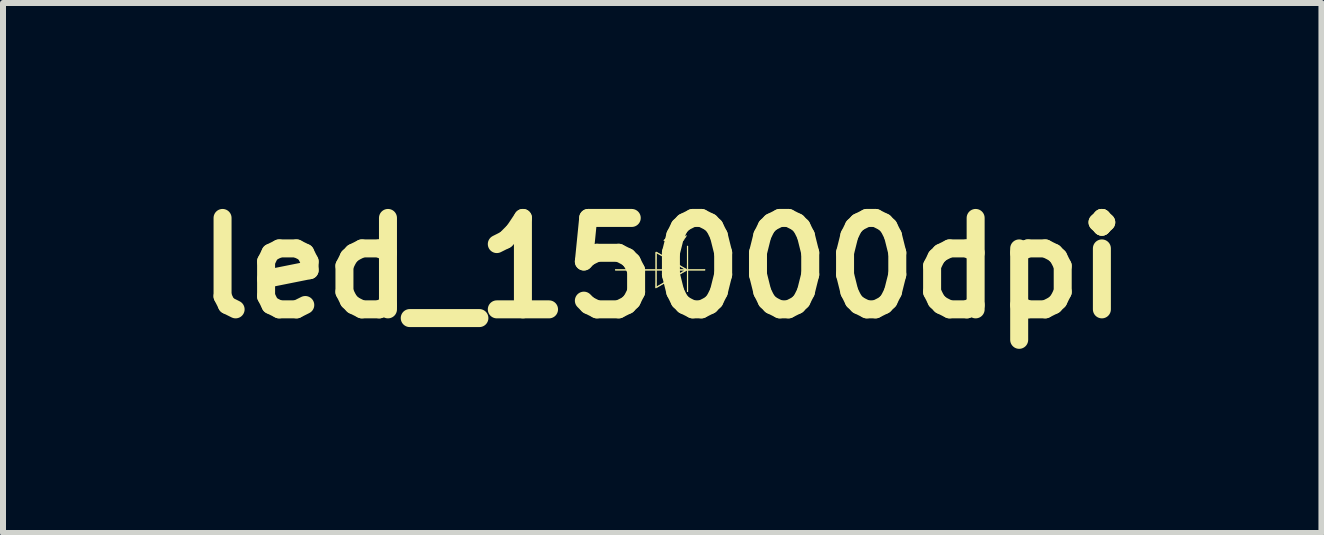
<source format=kicad_pcb>
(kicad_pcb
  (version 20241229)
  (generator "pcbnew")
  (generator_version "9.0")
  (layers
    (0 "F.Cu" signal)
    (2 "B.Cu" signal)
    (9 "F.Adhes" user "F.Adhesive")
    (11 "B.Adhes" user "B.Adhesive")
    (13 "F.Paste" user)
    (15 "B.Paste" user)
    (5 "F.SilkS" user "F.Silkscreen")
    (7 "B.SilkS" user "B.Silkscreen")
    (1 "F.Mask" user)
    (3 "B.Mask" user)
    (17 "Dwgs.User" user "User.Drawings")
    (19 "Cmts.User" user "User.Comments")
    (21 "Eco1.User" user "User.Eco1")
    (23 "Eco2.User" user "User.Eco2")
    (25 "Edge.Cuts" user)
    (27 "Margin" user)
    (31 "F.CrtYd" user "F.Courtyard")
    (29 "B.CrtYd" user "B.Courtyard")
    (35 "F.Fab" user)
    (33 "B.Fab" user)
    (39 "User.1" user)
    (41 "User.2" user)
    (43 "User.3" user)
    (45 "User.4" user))
  (footprint "led_15000dpi"
    (layer "F.Cu")
    (at 7.99 1.418)
    (property "Reference" "led_15000dpi" (at 0 0 0) (layer "F.SilkS") (effects (font (size 1.524 1.524) (thickness 0.3))))
    (attr through_hole)
    (fp_poly (pts (xy 0.303 -0.686) (xy 0.301 -0.682) (xy 0.297 -0.676) (xy 0.293 -0.668) (xy 0.287 -0.66) (xy 0.281 -0.651) (xy 0.275 -0.641) (xy 0.268 -0.632) (xy 0.262 -0.623) (xy 0.257 -0.615) (xy 0.252 -0.609) (xy 0.249 -0.604) (xy 0.247 -0.601) (xy 0.247 -0.601) (xy 0.245 -0.602) (xy 0.241 -0.605) (xy 0.237 -0.609) (xy 0.233 -0.613) (xy 0.229 -0.615) (xy 0.227 -0.616) (xy 0.226 -0.614) (xy 0.222 -0.611) (xy 0.216 -0.606) (xy 0.208 -0.599) (xy 0.198 -0.591) (xy 0.186 -0.582) (xy 0.174 -0.571) (xy 0.16 -0.559) (xy 0.145 -0.547) (xy 0.13 -0.534) (xy 0.115 -0.521) (xy 0.1 -0.509) (xy 0.086 -0.497) (xy 0.074 -0.487) (xy 0.062 -0.477) (xy 0.053 -0.469) (xy 0.045 -0.463) (xy 0.039 -0.458) (xy 0.035 -0.455) (xy 0.034 -0.454) (xy 0.032 -0.455) (xy 0.03 -0.457) (xy 0.028 -0.46) (xy 0.027 -0.462) (xy 0.028 -0.463) (xy 0.032 -0.466) (xy 0.038 -0.471) (xy 0.045 -0.478) (xy 0.055 -0.485) (xy 0.065 -0.495) (xy 0.077 -0.505) (xy 0.09 -0.515) (xy 0.103 -0.527) (xy 0.116 -0.538) (xy 0.13 -0.55) (xy 0.144 -0.562) (xy 0.158 -0.573) (xy 0.171 -0.584) (xy 0.183 -0.594) (xy 0.194 -0.603) (xy 0.203 -0.612) (xy 0.212 -0.618) (xy 0.214 -0.62) (xy 0.219 -0.624) (xy 0.21 -0.633) (xy 0.201 -0.641) (xy 0.252 -0.664) (xy 0.265 -0.67) (xy 0.276 -0.675) (xy 0.286 -0.679) (xy 0.294 -0.683) (xy 0.3 -0.686) (xy 0.303 -0.687) (xy 0.304 -0.687) (xy 0.303 -0.686)) (stroke (width 0.01) (type solid)) (fill yes) (layer "F.SilkS"))
    (fp_poly (pts (xy 0.404 -0.538) (xy 0.401 -0.534) (xy 0.397 -0.528) (xy 0.393 -0.521) (xy 0.387 -0.512) (xy 0.381 -0.503) (xy 0.375 -0.494) (xy 0.368 -0.484) (xy 0.362 -0.475) (xy 0.357 -0.468) (xy 0.352 -0.461) (xy 0.349 -0.456) (xy 0.347 -0.454) (xy 0.347 -0.454) (xy 0.345 -0.455) (xy 0.341 -0.458) (xy 0.337 -0.462) (xy 0.332 -0.466) (xy 0.329 -0.468) (xy 0.327 -0.468) (xy 0.326 -0.467) (xy 0.326 -0.467) (xy 0.319 -0.462) (xy 0.311 -0.455) (xy 0.302 -0.447) (xy 0.291 -0.437) (xy 0.279 -0.427) (xy 0.266 -0.417) (xy 0.252 -0.405) (xy 0.239 -0.394) (xy 0.225 -0.382) (xy 0.211 -0.371) (xy 0.198 -0.359) (xy 0.185 -0.349) (xy 0.173 -0.339) (xy 0.163 -0.33) (xy 0.153 -0.322) (xy 0.146 -0.316) (xy 0.14 -0.311) (xy 0.136 -0.308) (xy 0.135 -0.307) (xy 0.132 -0.308) (xy 0.13 -0.31) (xy 0.128 -0.313) (xy 0.128 -0.315) (xy 0.129 -0.316) (xy 0.133 -0.32) (xy 0.139 -0.325) (xy 0.147 -0.331) (xy 0.157 -0.34) (xy 0.168 -0.349) (xy 0.181 -0.36) (xy 0.194 -0.372) (xy 0.209 -0.384) (xy 0.221 -0.394) (xy 0.236 -0.407) (xy 0.25 -0.419) (xy 0.264 -0.431) (xy 0.277 -0.441) (xy 0.288 -0.451) (xy 0.297 -0.459) (xy 0.305 -0.465) (xy 0.311 -0.47) (xy 0.315 -0.473) (xy 0.316 -0.474) (xy 0.317 -0.476) (xy 0.317 -0.478) (xy 0.316 -0.48) (xy 0.313 -0.483) (xy 0.31 -0.485) (xy 0.301 -0.493) (xy 0.352 -0.517) (xy 0.365 -0.522) (xy 0.376 -0.527) (xy 0.386 -0.532) (xy 0.394 -0.535) (xy 0.4 -0.538) (xy 0.403 -0.539) (xy 0.404 -0.54) (xy 0.404 -0.538)) (stroke (width 0.01) (type solid)) (fill yes) (layer "F.SilkS"))
    (fp_poly (pts (xy 0.427 0.025) (xy 0.713 0.025) (xy 0.713 0.037) (xy 0.427 0.037) (xy 0.427 0.395) (xy 0.417 0.395) (xy 0.417 0.037) (xy 0.412 0.038) (xy 0.41 0.039) (xy 0.405 0.041) (xy 0.397 0.045) (xy 0.388 0.051) (xy 0.375 0.058) (xy 0.361 0.066) (xy 0.344 0.075) (xy 0.326 0.086) (xy 0.306 0.097) (xy 0.284 0.109) (xy 0.261 0.123) (xy 0.236 0.137) (xy 0.211 0.152) (xy 0.184 0.167) (xy 0.156 0.183) (xy 0.151 0.186) (xy 0.124 0.202) (xy 0.097 0.217) (xy 0.072 0.232) (xy 0.048 0.246) (xy 0.025 0.259) (xy 0.003 0.271) (xy -0.017 0.283) (xy -0.036 0.294) (xy -0.052 0.303) (xy -0.067 0.312) (xy -0.08 0.319) (xy -0.09 0.325) (xy -0.098 0.329) (xy -0.103 0.332) (xy -0.105 0.333) (xy -0.106 0.334) (xy -0.107 0.332) (xy -0.109 0.329) (xy -0.11 0.326) (xy -0.11 0.323) (xy -0.11 0.323) (xy -0.11 0.321) (xy -0.109 0.315) (xy -0.109 0.307) (xy -0.109 0.295) (xy -0.109 0.28) (xy -0.109 0.262) (xy -0.108 0.241) (xy -0.108 0.217) (xy -0.108 0.189) (xy -0.108 0.179) (xy -0.108 0.037) (xy -0.097 0.037) (xy -0.097 0.176) (xy -0.097 0.201) (xy -0.097 0.223) (xy -0.096 0.242) (xy -0.096 0.258) (xy -0.096 0.271) (xy -0.096 0.282) (xy -0.096 0.291) (xy -0.096 0.299) (xy -0.096 0.304) (xy -0.096 0.308) (xy -0.095 0.311) (xy -0.095 0.313) (xy -0.094 0.313) (xy -0.094 0.314) (xy -0.094 0.313) (xy -0.092 0.312) (xy -0.087 0.31) (xy -0.08 0.306) (xy -0.07 0.3) (xy -0.059 0.293) (xy -0.044 0.285) (xy -0.028 0.276) (xy -0.01 0.266) (xy 0.009 0.254) (xy 0.03 0.242) (xy 0.053 0.229) (xy 0.076 0.215) (xy 0.101 0.201) (xy 0.127 0.186) (xy 0.147 0.175) (xy 0.385 0.037) (xy -0.097 0.037) (xy -0.108 0.037) (xy -0.782 0.037) (xy -0.782 0.025) (xy -0.108 0.025) (xy -0.108 -0.118) (xy -0.097 -0.118) (xy -0.097 0.025) (xy 0.144 0.025) (xy 0.174 0.025) (xy 0.203 0.025) (xy 0.23 0.025) (xy 0.255 0.025) (xy 0.279 0.025) (xy 0.301 0.025) (xy 0.32 0.025) (xy 0.337 0.025) (xy 0.352 0.025) (xy 0.364 0.025) (xy 0.374 0.024) (xy 0.38 0.024) (xy 0.383 0.024) (xy 0.383 0.024) (xy 0.382 0.023) (xy 0.377 0.02) (xy 0.371 0.016) (xy 0.361 0.011) (xy 0.35 0.004) (xy 0.336 -0.004) (xy 0.321 -0.012) (xy 0.304 -0.022) (xy 0.286 -0.033) (xy 0.266 -0.044) (xy 0.246 -0.056) (xy 0.224 -0.068) (xy 0.202 -0.081) (xy 0.18 -0.094) (xy 0.157 -0.107) (xy 0.134 -0.121) (xy 0.111 -0.134) (xy 0.088 -0.147) (xy 0.066 -0.16) (xy 0.045 -0.172) (xy 0.024 -0.184) (xy 0.005 -0.195) (xy -0.014 -0.206) (xy -0.031 -0.216) (xy -0.046 -0.224) (xy -0.06 -0.232) (xy -0.071 -0.239) (xy -0.081 -0.244) (xy -0.088 -0.248) (xy -0.092 -0.251) (xy -0.094 -0.252) (xy -0.094 -0.252) (xy -0.095 -0.252) (xy -0.095 -0.25) (xy -0.095 -0.248) (xy -0.096 -0.244) (xy -0.096 -0.239) (xy -0.096 -0.232) (xy -0.096 -0.223) (xy -0.096 -0.212) (xy -0.096 -0.199) (xy -0.096 -0.183) (xy -0.096 -0.164) (xy -0.097 -0.142) (xy -0.097 -0.118) (xy -0.108 -0.118) (xy -0.108 -0.119) (xy -0.108 -0.145) (xy -0.108 -0.168) (xy -0.108 -0.187) (xy -0.108 -0.204) (xy -0.108 -0.219) (xy -0.108 -0.23) (xy -0.108 -0.24) (xy -0.108 -0.248) (xy -0.108 -0.254) (xy -0.107 -0.258) (xy -0.107 -0.261) (xy -0.107 -0.263) (xy -0.106 -0.264) (xy -0.106 -0.264) (xy -0.103 -0.265) (xy -0.102 -0.267) (xy -0.101 -0.267) (xy -0.1 -0.266) (xy -0.097 -0.265) (xy -0.094 -0.264) (xy -0.089 -0.261) (xy -0.083 -0.258) (xy -0.075 -0.254) (xy -0.066 -0.248) (xy -0.055 -0.242) (xy -0.042 -0.235) (xy -0.027 -0.227) (xy -0.01 -0.217) (xy 0.009 -0.206) (xy 0.03 -0.194) (xy 0.054 -0.18) (xy 0.08 -0.165) (xy 0.109 -0.149) (xy 0.14 -0.13) (xy 0.155 -0.122) (xy 0.182 -0.106) (xy 0.208 -0.091) (xy 0.234 -0.076) (xy 0.258 -0.062) (xy 0.282 -0.049) (xy 0.303 -0.037) (xy 0.324 -0.025) (xy 0.342 -0.014) (xy 0.359 -0.005) (xy 0.374 0.004) (xy 0.387 0.011) (xy 0.397 0.017) (xy 0.405 0.021) (xy 0.41 0.024) (xy 0.413 0.025) (xy 0.413 0.025) (xy 0.414 0.025) (xy 0.414 0.025) (xy 0.415 0.024) (xy 0.415 0.023) (xy 0.415 0.02) (xy 0.416 0.017) (xy 0.416 0.013) (xy 0.416 0.007) (xy 0.416 -0.000412) (xy 0.416 -0.009) (xy 0.416 -0.02) (xy 0.416 -0.034) (xy 0.416 -0.049) (xy 0.417 -0.067) (xy 0.417 -0.087) (xy 0.417 -0.11) (xy 0.417 -0.137) (xy 0.417 -0.166) (xy 0.417 -0.17) (xy 0.417 -0.366) (xy 0.427 -0.366) (xy 0.427 0.025)) (stroke (width 0.01) (type solid)) (fill yes) (layer "F.SilkS")))
  (gr_rect
    (start -3 -3)
    (end 18.98 5.836)
    (stroke (width 0.1) (type default))
    (fill no)
    (layer "Edge.Cuts")))
</source>
